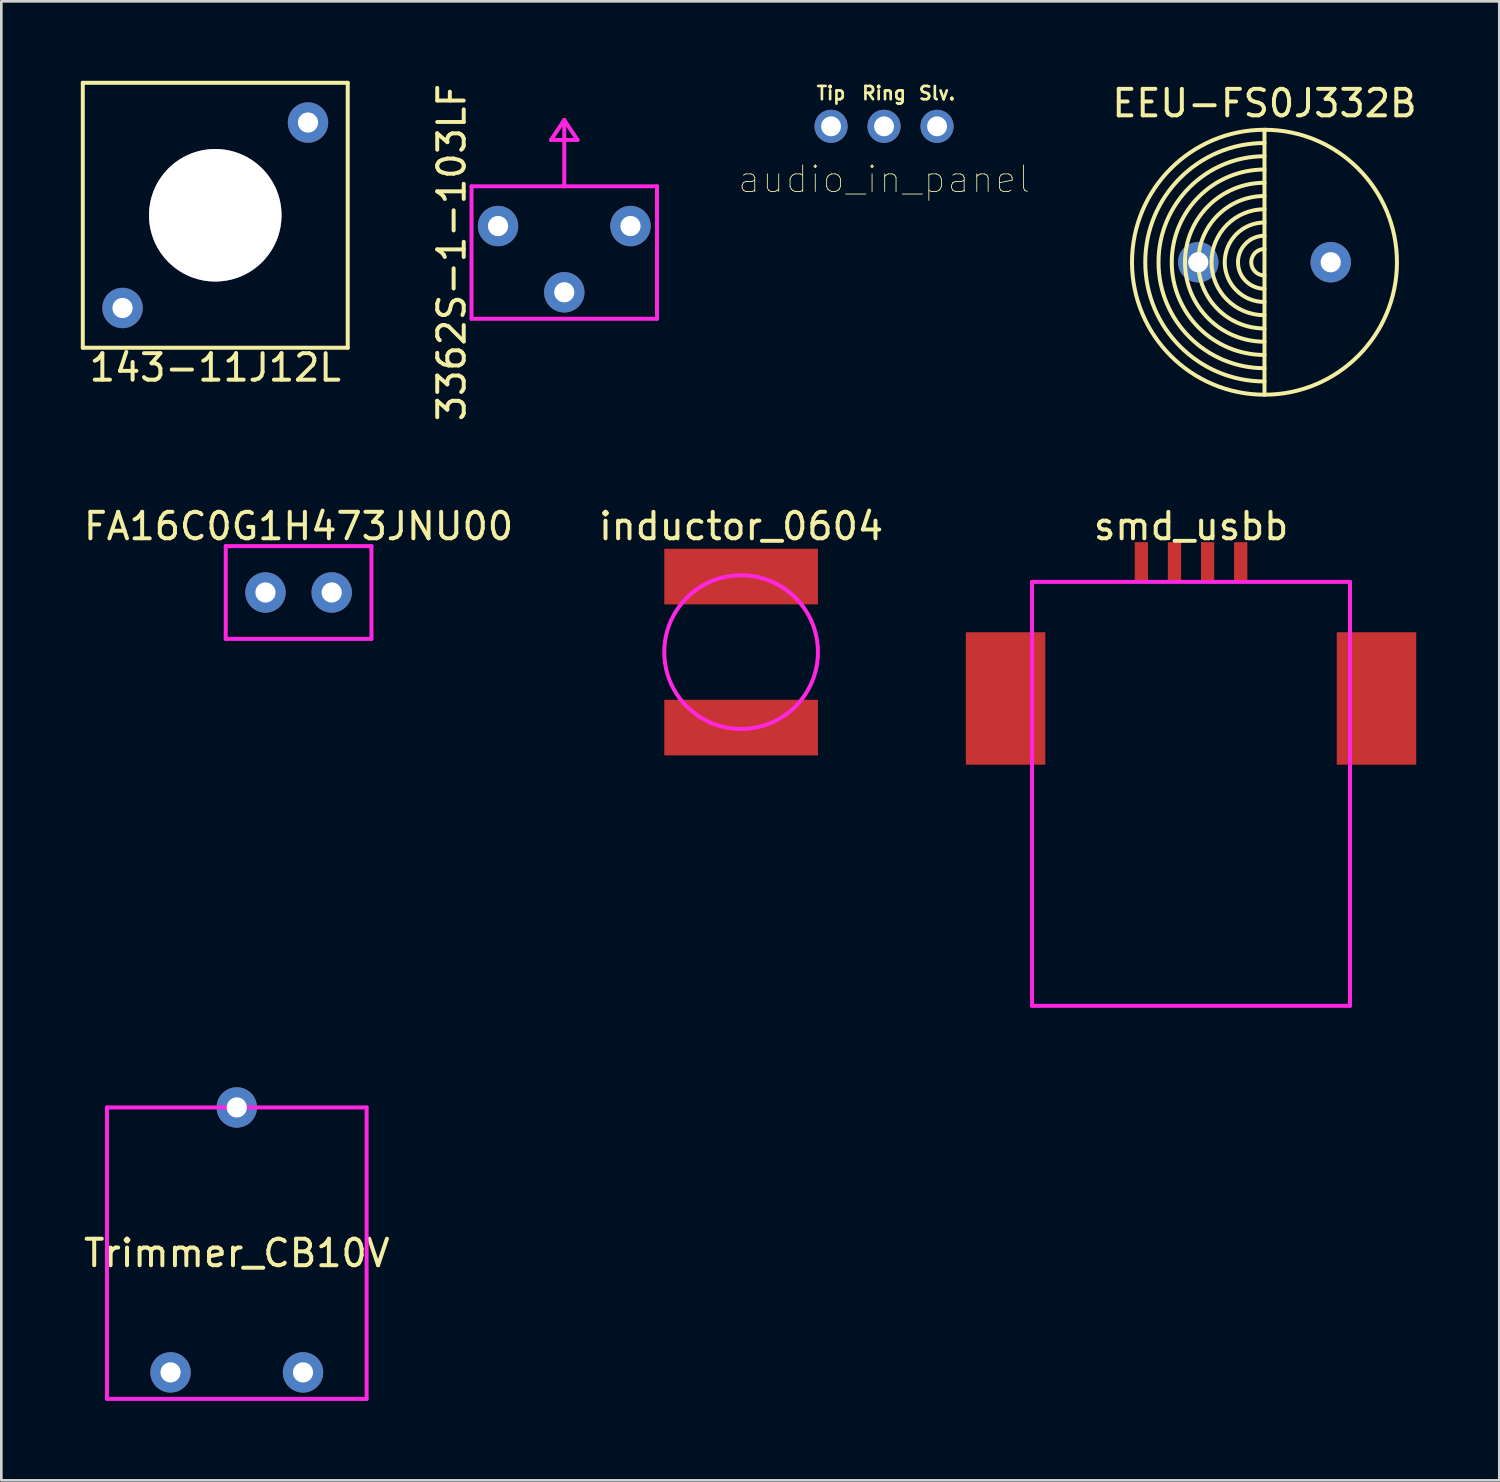
<source format=kicad_pcb>
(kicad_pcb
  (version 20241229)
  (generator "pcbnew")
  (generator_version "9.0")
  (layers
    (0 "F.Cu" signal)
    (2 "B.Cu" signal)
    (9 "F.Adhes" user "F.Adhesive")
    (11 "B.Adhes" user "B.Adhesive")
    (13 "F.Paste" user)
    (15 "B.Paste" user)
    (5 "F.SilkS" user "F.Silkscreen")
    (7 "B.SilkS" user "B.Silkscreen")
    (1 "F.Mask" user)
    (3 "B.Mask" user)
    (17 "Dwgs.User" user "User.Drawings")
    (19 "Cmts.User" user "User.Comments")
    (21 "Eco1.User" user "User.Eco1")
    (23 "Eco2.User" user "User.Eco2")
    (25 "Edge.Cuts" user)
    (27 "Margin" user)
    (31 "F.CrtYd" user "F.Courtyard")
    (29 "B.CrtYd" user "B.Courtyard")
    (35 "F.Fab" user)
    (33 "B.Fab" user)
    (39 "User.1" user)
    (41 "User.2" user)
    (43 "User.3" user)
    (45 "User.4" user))
  (footprint "audio_in_panel"
    (layer "F.Cu")
    (at 30.318 1.718)
    (property "Reference" "audio_in_panel" (at 0 2 0) (layer "F.SilkS") (effects (font (size 1 1) (thickness 0.032))))
    (attr through_hole)
    (fp_text user "Slv." (at 2 -1.25 0) (layer "F.SilkS") (effects (font (size 0.5 0.5) (thickness 0.1))))
    (fp_text user "Tip" (at -2 -1.25 0) (layer "F.SilkS") (effects (font (size 0.5 0.5) (thickness 0.1))))
    (fp_text user "Ring" (at 0 -1.25 0) (layer "F.SilkS") (effects (font (size 0.5 0.5) (thickness 0.1))))
    (pad "1" thru_hole circle (at -2 0) (size 1.25 1.25) (drill 0.75) (layers "*.Cu" "*.Mask"))
    (pad "2" thru_hole circle (at 0 0) (size 1.25 1.25) (drill 0.75) (layers "*.Cu" "*.Mask"))
    (pad "3" thru_hole circle (at 2 0) (size 1.25 1.25) (drill 0.75) (layers "*.Cu" "*.Mask")))
  (footprint "EEU-FS0J332B"
    (layer "F.Cu")
    (at 44.677 6.848)
    (property "Reference" "EEU-FS0J332B" (at 0 -6 0) (layer "F.SilkS") (effects (font (size 1 1) (thickness 0.15))))
    (attr through_hole)
    (fp_line (start 0 -5) (end 0 5) (stroke (width 0.15) (type solid)) (layer "F.SilkS"))
    (fp_arc (start 0 0.5) (mid -0.5 0) (end 0 -0.5) (stroke (width 0.15) (type solid)) (layer "F.SilkS"))
    (fp_arc (start 0 1) (mid -1 0) (end 0 -1) (stroke (width 0.15) (type solid)) (layer "F.SilkS"))
    (fp_arc (start 0 1.5) (mid -1.5 0) (end 0 -1.5) (stroke (width 0.15) (type solid)) (layer "F.SilkS"))
    (fp_arc (start 0 2) (mid -2 0) (end 0 -2) (stroke (width 0.15) (type solid)) (layer "F.SilkS"))
    (fp_arc (start 0 2.5) (mid -2.5 0) (end 0 -2.5) (stroke (width 0.15) (type solid)) (layer "F.SilkS"))
    (fp_arc (start 0 3) (mid -3 0) (end 0 -3) (stroke (width 0.15) (type solid)) (layer "F.SilkS"))
    (fp_arc (start 0 3.5) (mid -3.5 0) (end 0 -3.5) (stroke (width 0.15) (type solid)) (layer "F.SilkS"))
    (fp_arc (start 0 4) (mid -4 0) (end 0 -4) (stroke (width 0.15) (type solid)) (layer "F.SilkS"))
    (fp_arc (start 0 4.5) (mid -4.5 0) (end 0 -4.5) (stroke (width 0.15) (type solid)) (layer "F.SilkS"))
    (fp_circle (center 0 0) (end 5 0) (stroke (width 0.15) (type solid)) (fill no) (layer "F.SilkS"))
    (pad "1" thru_hole circle (at 2.5 0) (size 1.524 1.524) (drill 0.762) (layers "*.Cu" "*.Mask"))
    (pad "2" thru_hole circle (at -2.5 0) (size 1.524 1.524) (drill 0.762) (layers "*.Cu" "*.Mask")))
  (footprint "143-11J12L"
    (layer "F.Cu")
    (at 5.075 5.075)
    (property "Reference" "143-11J12L" (at 0 5.75 0) (layer "F.SilkS") (effects (font (size 1 1) (thickness 0.15))))
    (attr through_hole)
    (fp_line (start -5 -5) (end -5 5) (stroke (width 0.15) (type solid)) (layer "F.SilkS"))
    (fp_line (start -5 5) (end 5 5) (stroke (width 0.15) (type solid)) (layer "F.SilkS"))
    (fp_line (start 5 -5) (end -5 -5) (stroke (width 0.15) (type solid)) (layer "F.SilkS"))
    (fp_line (start 5 5) (end 5 -5) (stroke (width 0.15) (type solid)) (layer "F.SilkS"))
    (pad "" thru_hole circle (at 0 0) (size 5 5) (drill 5) (layers "*.Cu" "*.Mask"))
    (pad "1" thru_hole circle (at 3.5 -3.5) (size 1.524 1.524) (drill 0.762) (layers "*.Cu" "*.Mask"))
    (pad "2" thru_hole circle (at -3.5 3.5) (size 1.524 1.524) (drill 0.762) (layers "*.Cu" "*.Mask")))
  (footprint "FA16C0G1H473JNU00"
    (layer "F.Cu")
    (at 8.22 19.313)
    (property "Reference" "FA16C0G1H473JNU00" (at 0 -2.5 0) (layer "F.SilkS") (effects (font (size 1 1) (thickness 0.15))))
    (attr through_hole)
    (fp_line (start -2.75 -1.75) (end -2.75 1.75) (stroke (width 0.15) (type solid)) (layer "F.CrtYd"))
    (fp_line (start -2.75 1.75) (end 2.75 1.75) (stroke (width 0.15) (type solid)) (layer "F.CrtYd"))
    (fp_line (start 2.75 -1.75) (end -2.75 -1.75) (stroke (width 0.15) (type solid)) (layer "F.CrtYd"))
    (fp_line (start 2.75 1.75) (end 2.75 -1.75) (stroke (width 0.15) (type solid)) (layer "F.CrtYd"))
    (pad "1" thru_hole circle (at 1.25 0) (size 1.524 1.524) (drill 0.762) (layers "*.Cu" "*.Mask"))
    (pad "2" thru_hole circle (at -1.25 0) (size 1.524 1.524) (drill 0.762) (layers "*.Cu" "*.Mask")))
  (footprint "3362S-1-103LF"
    (layer "F.Cu")
    (at 18.248 6.482)
    (property "Reference" "3362S-1-103LF" (at -4.25 0 90) (layer "F.SilkS") (effects (font (size 1 1) (thickness 0.15))))
    (attr through_hole)
    (fp_line (start -3.5 -2.5) (end 3.5 -2.5) (stroke (width 0.15) (type solid)) (layer "F.CrtYd"))
    (fp_line (start -3.5 2.5) (end -3.5 -2.5) (stroke (width 0.15) (type solid)) (layer "F.CrtYd"))
    (fp_line (start -0.5 -4.25) (end 0 -5) (stroke (width 0.15) (type solid)) (layer "F.CrtYd"))
    (fp_line (start 0 -5) (end 0.5 -4.25) (stroke (width 0.15) (type solid)) (layer "F.CrtYd"))
    (fp_line (start 0 -2.5) (end 0 -5) (stroke (width 0.15) (type solid)) (layer "F.CrtYd"))
    (fp_line (start 0.5 -4.25) (end -0.5 -4.25) (stroke (width 0.15) (type solid)) (layer "F.CrtYd"))
    (fp_line (start 3.5 -2.5) (end 3.5 2.5) (stroke (width 0.15) (type solid)) (layer "F.CrtYd"))
    (fp_line (start 3.5 2.5) (end -3.5 2.5) (stroke (width 0.15) (type solid)) (layer "F.CrtYd"))
    (pad "1" thru_hole circle (at -2.5 -1) (size 1.524 1.524) (drill 0.762) (layers "*.Cu" "*.Mask"))
    (pad "2" thru_hole circle (at 0 1.5) (size 1.524 1.524) (drill 0.762) (layers "*.Cu" "*.Mask"))
    (pad "3" thru_hole circle (at 2.5 -1) (size 1.524 1.524) (drill 0.762) (layers "*.Cu" "*.Mask")))
  (footprint "Trimmer_CB10V"
    (layer "F.Cu")
    (at 5.887 43.75)
    (property "Reference" "Trimmer_CB10V" (at 0 0.5 0) (layer "F.SilkS") (effects (font (size 1 1) (thickness 0.15))))
    (attr through_hole)
    (fp_line (start -4.9 -5) (end -4.9 6) (stroke (width 0.15) (type solid)) (layer "F.CrtYd"))
    (fp_line (start -4.9 6) (end 4.9 6) (stroke (width 0.15) (type solid)) (layer "F.CrtYd"))
    (fp_line (start 4.9 -5) (end -4.9 -5) (stroke (width 0.15) (type solid)) (layer "F.CrtYd"))
    (fp_line (start 4.9 6) (end 4.9 -5) (stroke (width 0.15) (type solid)) (layer "F.CrtYd"))
    (pad "1" thru_hole circle (at -2.5 5) (size 1.524 1.524) (drill 0.762) (layers "*.Cu" "*.Mask"))
    (pad "2" thru_hole circle (at 0 -5) (size 1.524 1.524) (drill 0.762) (layers "*.Cu" "*.Mask"))
    (pad "3" thru_hole circle (at 2.5 5) (size 1.524 1.524) (drill 0.762) (layers "*.Cu" "*.Mask")))
  (footprint "smd_usbb"
    (layer "F.Cu")
    (at 41.905 26.913)
    (property "Reference" "smd_usbb" (at 0 -10.1 0) (layer "F.SilkS") (effects (font (size 1 1) (thickness 0.15))))
    (attr through_hole)
    (fp_line (start -6 -8) (end 6 -8) (stroke (width 0.15) (type solid)) (layer "F.CrtYd"))
    (fp_line (start -6 8) (end -6 -8) (stroke (width 0.15) (type solid)) (layer "F.CrtYd"))
    (fp_line (start 6 -8) (end 6 8) (stroke (width 0.15) (type solid)) (layer "F.CrtYd"))
    (fp_line (start 6 8) (end -6 8) (stroke (width 0.15) (type solid)) (layer "F.CrtYd"))
    (pad "1" smd rect (at 1.875 -8.75) (size 0.5 1.5) (layers "F.Cu" "F.Mask" "F.Paste"))
    (pad "2" smd rect (at -0.625 -8.75) (size 0.5 1.5) (layers "F.Cu" "F.Mask" "F.Paste"))
    (pad "3" smd rect (at -1.875 -8.75) (size 0.5 1.5) (layers "F.Cu" "F.Mask" "F.Paste"))
    (pad "4" smd rect (at 0.625 -8.75) (size 0.5 1.5) (layers "F.Cu" "F.Mask" "F.Paste"))
    (pad "5" smd rect (at -7 -3.6) (size 3 5) (layers "F.Cu" "F.Mask" "F.Paste"))
    (pad "5" smd rect (at 7 -3.6) (size 3 5) (layers "F.Cu" "F.Mask" "F.Paste")))
  (footprint "inductor_0604"
    (layer "F.Cu")
    (at 24.923 21.563)
    (property "Reference" "inductor_0604" (at 0 -4.75 0) (layer "F.SilkS") (effects (font (size 1 1) (thickness 0.15))))
    (attr through_hole)
    (fp_circle (center 0 0) (end 2.9 0) (stroke (width 0.15) (type solid)) (fill no) (layer "F.CrtYd"))
    (pad "1" smd rect (at 0 2.85) (size 5.8 2.1) (layers "F.Cu" "F.Mask" "F.Paste"))
    (pad "2" smd rect (at 0 -2.85) (size 5.8 2.1) (layers "F.Cu" "F.Mask" "F.Paste")))
  (gr_rect
    (start -3 -3)
    (end 53.54 52.825)
    (stroke (width 0.1) (type default))
    (fill no)
    (layer "Edge.Cuts")))
</source>
